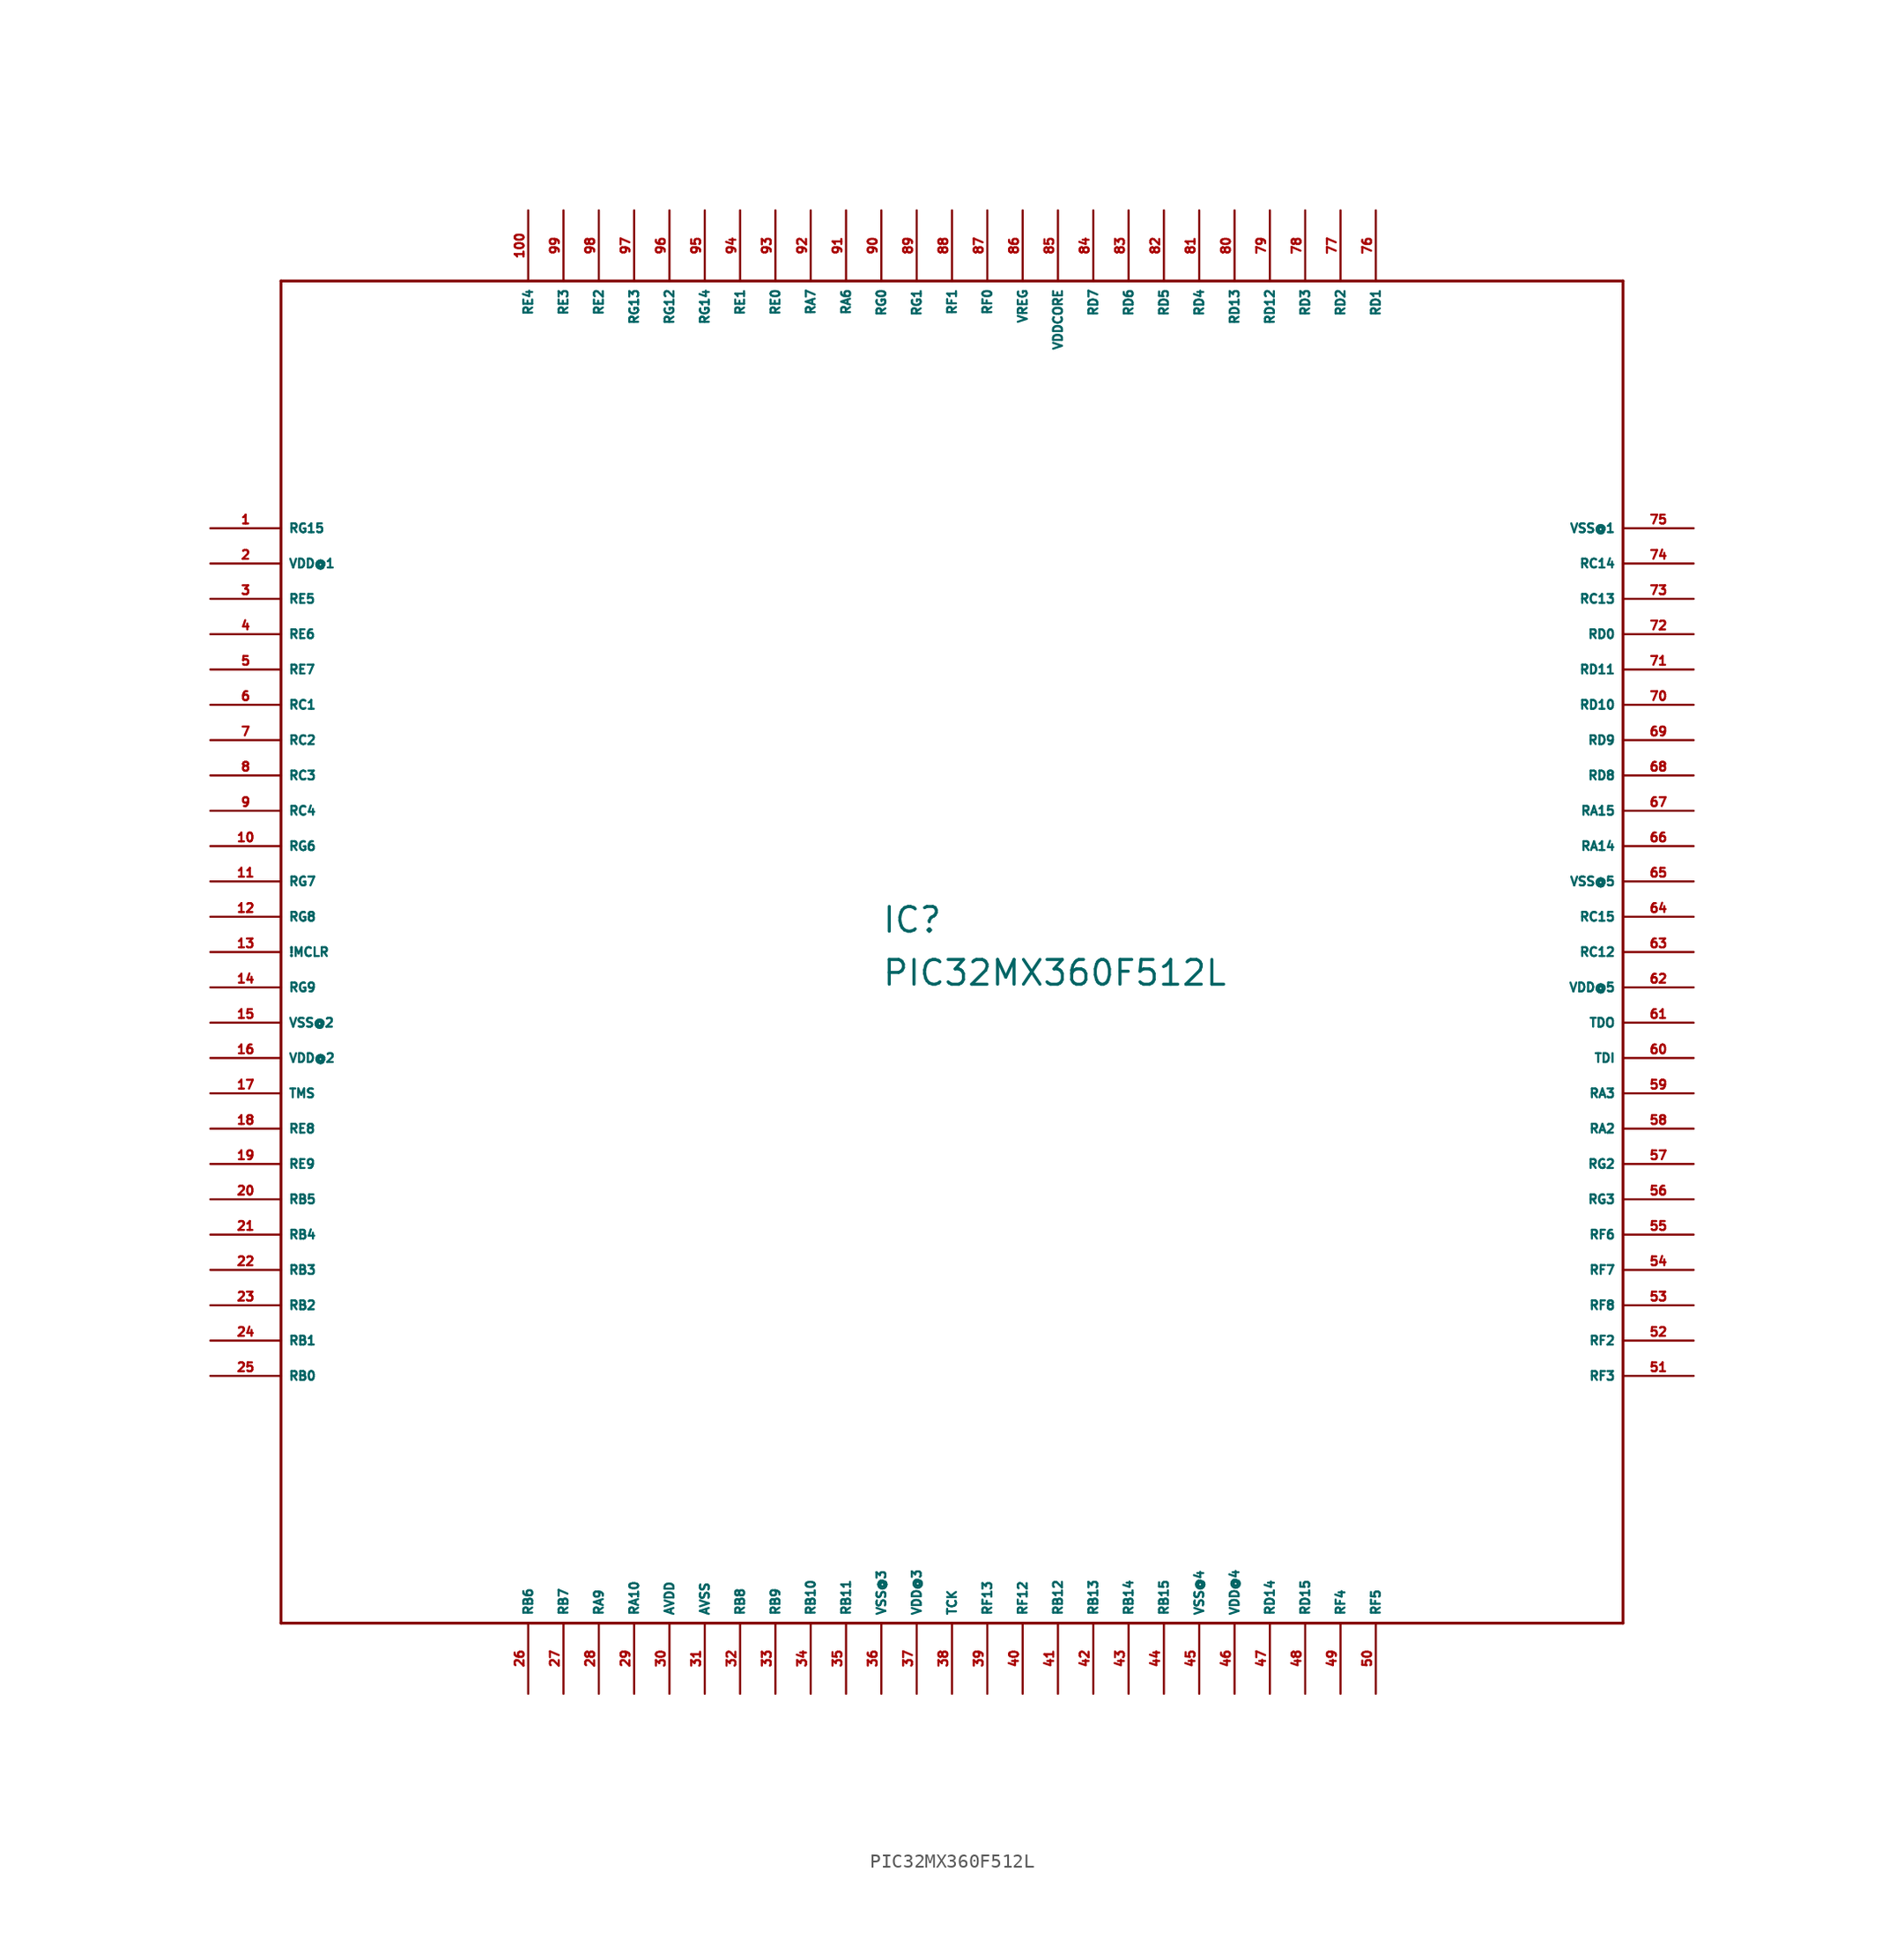
<source format=kicad_sym>
(kicad_symbol_lib
  (version 20220914)
  (generator Eagle2Kicad)
  (symbol "PIC32MX360F512L"
    (property "Reference" "IC"
      (at -5.08 1.27 0)
      (effects (font (size 1.778 1.778) (thickness 0.22)) (justify left bottom)))
    (property "Value" "PIC32MX360F512L"
      (at -5.08 -2.54 0)
      (effects (font (size 1.778 1.778) (thickness 0.22)) (justify left bottom)))
    (polyline
      (pts (xy -48.26 -48.26) (xy 48.26 -48.26))
      (stroke (width 0.203) (type default))
      (fill (type none)))
    (polyline
      (pts (xy 48.26 -48.26) (xy 48.26 48.26))
      (stroke (width 0.203) (type default))
      (fill (type none)))
    (polyline
      (pts (xy 48.26 48.26) (xy -48.26 48.26))
      (stroke (width 0.203) (type default))
      (fill (type none)))
    (polyline
      (pts (xy -48.26 48.26) (xy -48.26 -48.26))
      (stroke (width 0.203) (type default))
      (fill (type none)))
    (pin bidirectional line
      (at -53.34 30.48 0)
      (length 5.08)
      (name "RG15" (effects (font (size 0.635 0.635) (thickness 0.08)) (justify left bottom)))
      (number "1" (effects (font (size 0.635 0.635) (thickness 0.08)) (justify left bottom))))
    (pin unspecified line
      (at -53.34 27.94 0)
      (length 5.08)
      (name "VDD@1" (effects (font (size 0.635 0.635) (thickness 0.08)) (justify left bottom)))
      (number "2" (effects (font (size 0.635 0.635) (thickness 0.08)) (justify left bottom))))
    (pin bidirectional line
      (at -53.34 25.4 0)
      (length 5.08)
      (name "RE5" (effects (font (size 0.635 0.635) (thickness 0.08)) (justify left bottom)))
      (number "3" (effects (font (size 0.635 0.635) (thickness 0.08)) (justify left bottom))))
    (pin bidirectional line
      (at -53.34 22.86 0)
      (length 5.08)
      (name "RE6" (effects (font (size 0.635 0.635) (thickness 0.08)) (justify left bottom)))
      (number "4" (effects (font (size 0.635 0.635) (thickness 0.08)) (justify left bottom))))
    (pin bidirectional line
      (at -53.34 20.32 0)
      (length 5.08)
      (name "RE7" (effects (font (size 0.635 0.635) (thickness 0.08)) (justify left bottom)))
      (number "5" (effects (font (size 0.635 0.635) (thickness 0.08)) (justify left bottom))))
    (pin bidirectional line
      (at -53.34 17.78 0)
      (length 5.08)
      (name "RC1" (effects (font (size 0.635 0.635) (thickness 0.08)) (justify left bottom)))
      (number "6" (effects (font (size 0.635 0.635) (thickness 0.08)) (justify left bottom))))
    (pin bidirectional line
      (at -53.34 15.24 0)
      (length 5.08)
      (name "RC2" (effects (font (size 0.635 0.635) (thickness 0.08)) (justify left bottom)))
      (number "7" (effects (font (size 0.635 0.635) (thickness 0.08)) (justify left bottom))))
    (pin bidirectional line
      (at -53.34 12.7 0)
      (length 5.08)
      (name "RC3" (effects (font (size 0.635 0.635) (thickness 0.08)) (justify left bottom)))
      (number "8" (effects (font (size 0.635 0.635) (thickness 0.08)) (justify left bottom))))
    (pin bidirectional line
      (at -53.34 10.16 0)
      (length 5.08)
      (name "RC4" (effects (font (size 0.635 0.635) (thickness 0.08)) (justify left bottom)))
      (number "9" (effects (font (size 0.635 0.635) (thickness 0.08)) (justify left bottom))))
    (pin bidirectional line
      (at -53.34 7.62 0)
      (length 5.08)
      (name "RG6" (effects (font (size 0.635 0.635) (thickness 0.08)) (justify left bottom)))
      (number "10" (effects (font (size 0.635 0.635) (thickness 0.08)) (justify left bottom))))
    (pin bidirectional line
      (at -53.34 5.08 0)
      (length 5.08)
      (name "RG7" (effects (font (size 0.635 0.635) (thickness 0.08)) (justify left bottom)))
      (number "11" (effects (font (size 0.635 0.635) (thickness 0.08)) (justify left bottom))))
    (pin bidirectional line
      (at -53.34 2.54 0)
      (length 5.08)
      (name "RG8" (effects (font (size 0.635 0.635) (thickness 0.08)) (justify left bottom)))
      (number "12" (effects (font (size 0.635 0.635) (thickness 0.08)) (justify left bottom))))
    (pin input line
      (at -53.34 0 0)
      (length 5.08)
      (name "!MCLR" (effects (font (size 0.635 0.635) (thickness 0.08)) (justify left bottom)))
      (number "13" (effects (font (size 0.635 0.635) (thickness 0.08)) (justify left bottom))))
    (pin bidirectional line
      (at -53.34 -2.54 0)
      (length 5.08)
      (name "RG9" (effects (font (size 0.635 0.635) (thickness 0.08)) (justify left bottom)))
      (number "14" (effects (font (size 0.635 0.635) (thickness 0.08)) (justify left bottom))))
    (pin unspecified line
      (at -53.34 -5.08 0)
      (length 5.08)
      (name "VSS@2" (effects (font (size 0.635 0.635) (thickness 0.08)) (justify left bottom)))
      (number "15" (effects (font (size 0.635 0.635) (thickness 0.08)) (justify left bottom))))
    (pin unspecified line
      (at -53.34 -7.62 0)
      (length 5.08)
      (name "VDD@2" (effects (font (size 0.635 0.635) (thickness 0.08)) (justify left bottom)))
      (number "16" (effects (font (size 0.635 0.635) (thickness 0.08)) (justify left bottom))))
    (pin input line
      (at -53.34 -10.16 0)
      (length 5.08)
      (name "TMS" (effects (font (size 0.635 0.635) (thickness 0.08)) (justify left bottom)))
      (number "17" (effects (font (size 0.635 0.635) (thickness 0.08)) (justify left bottom))))
    (pin bidirectional line
      (at -53.34 -12.7 0)
      (length 5.08)
      (name "RE8" (effects (font (size 0.635 0.635) (thickness 0.08)) (justify left bottom)))
      (number "18" (effects (font (size 0.635 0.635) (thickness 0.08)) (justify left bottom))))
    (pin bidirectional line
      (at -53.34 -15.24 0)
      (length 5.08)
      (name "RE9" (effects (font (size 0.635 0.635) (thickness 0.08)) (justify left bottom)))
      (number "19" (effects (font (size 0.635 0.635) (thickness 0.08)) (justify left bottom))))
    (pin bidirectional line
      (at -53.34 -17.78 0)
      (length 5.08)
      (name "RB5" (effects (font (size 0.635 0.635) (thickness 0.08)) (justify left bottom)))
      (number "20" (effects (font (size 0.635 0.635) (thickness 0.08)) (justify left bottom))))
    (pin bidirectional line
      (at -53.34 -20.32 0)
      (length 5.08)
      (name "RB4" (effects (font (size 0.635 0.635) (thickness 0.08)) (justify left bottom)))
      (number "21" (effects (font (size 0.635 0.635) (thickness 0.08)) (justify left bottom))))
    (pin bidirectional line
      (at -53.34 -22.86 0)
      (length 5.08)
      (name "RB3" (effects (font (size 0.635 0.635) (thickness 0.08)) (justify left bottom)))
      (number "22" (effects (font (size 0.635 0.635) (thickness 0.08)) (justify left bottom))))
    (pin bidirectional line
      (at -53.34 -25.4 0)
      (length 5.08)
      (name "RB2" (effects (font (size 0.635 0.635) (thickness 0.08)) (justify left bottom)))
      (number "23" (effects (font (size 0.635 0.635) (thickness 0.08)) (justify left bottom))))
    (pin bidirectional line
      (at -53.34 -27.94 0)
      (length 5.08)
      (name "RB1" (effects (font (size 0.635 0.635) (thickness 0.08)) (justify left bottom)))
      (number "24" (effects (font (size 0.635 0.635) (thickness 0.08)) (justify left bottom))))
    (pin bidirectional line
      (at -53.34 -30.48 0)
      (length 5.08)
      (name "RB0" (effects (font (size 0.635 0.635) (thickness 0.08)) (justify left bottom)))
      (number "25" (effects (font (size 0.635 0.635) (thickness 0.08)) (justify left bottom))))
    (pin bidirectional line
      (at -30.48 -53.34 90)
      (length 5.08)
      (name "RB6" (effects (font (size 0.635 0.635) (thickness 0.08)) (justify left bottom)))
      (number "26" (effects (font (size 0.635 0.635) (thickness 0.08)) (justify left bottom))))
    (pin bidirectional line
      (at -27.94 -53.34 90)
      (length 5.08)
      (name "RB7" (effects (font (size 0.635 0.635) (thickness 0.08)) (justify left bottom)))
      (number "27" (effects (font (size 0.635 0.635) (thickness 0.08)) (justify left bottom))))
    (pin bidirectional line
      (at -25.4 -53.34 90)
      (length 5.08)
      (name "RA9" (effects (font (size 0.635 0.635) (thickness 0.08)) (justify left bottom)))
      (number "28" (effects (font (size 0.635 0.635) (thickness 0.08)) (justify left bottom))))
    (pin bidirectional line
      (at -22.86 -53.34 90)
      (length 5.08)
      (name "RA10" (effects (font (size 0.635 0.635) (thickness 0.08)) (justify left bottom)))
      (number "29" (effects (font (size 0.635 0.635) (thickness 0.08)) (justify left bottom))))
    (pin unspecified line
      (at -20.32 -53.34 90)
      (length 5.08)
      (name "AVDD" (effects (font (size 0.635 0.635) (thickness 0.08)) (justify left bottom)))
      (number "30" (effects (font (size 0.635 0.635) (thickness 0.08)) (justify left bottom))))
    (pin unspecified line
      (at -17.78 -53.34 90)
      (length 5.08)
      (name "AVSS" (effects (font (size 0.635 0.635) (thickness 0.08)) (justify left bottom)))
      (number "31" (effects (font (size 0.635 0.635) (thickness 0.08)) (justify left bottom))))
    (pin bidirectional line
      (at -15.24 -53.34 90)
      (length 5.08)
      (name "RB8" (effects (font (size 0.635 0.635) (thickness 0.08)) (justify left bottom)))
      (number "32" (effects (font (size 0.635 0.635) (thickness 0.08)) (justify left bottom))))
    (pin bidirectional line
      (at -12.7 -53.34 90)
      (length 5.08)
      (name "RB9" (effects (font (size 0.635 0.635) (thickness 0.08)) (justify left bottom)))
      (number "33" (effects (font (size 0.635 0.635) (thickness 0.08)) (justify left bottom))))
    (pin bidirectional line
      (at -10.16 -53.34 90)
      (length 5.08)
      (name "RB10" (effects (font (size 0.635 0.635) (thickness 0.08)) (justify left bottom)))
      (number "34" (effects (font (size 0.635 0.635) (thickness 0.08)) (justify left bottom))))
    (pin bidirectional line
      (at -7.62 -53.34 90)
      (length 5.08)
      (name "RB11" (effects (font (size 0.635 0.635) (thickness 0.08)) (justify left bottom)))
      (number "35" (effects (font (size 0.635 0.635) (thickness 0.08)) (justify left bottom))))
    (pin unspecified line
      (at -5.08 -53.34 90)
      (length 5.08)
      (name "VSS@3" (effects (font (size 0.635 0.635) (thickness 0.08)) (justify left bottom)))
      (number "36" (effects (font (size 0.635 0.635) (thickness 0.08)) (justify left bottom))))
    (pin unspecified line
      (at -2.54 -53.34 90)
      (length 5.08)
      (name "VDD@3" (effects (font (size 0.635 0.635) (thickness 0.08)) (justify left bottom)))
      (number "37" (effects (font (size 0.635 0.635) (thickness 0.08)) (justify left bottom))))
    (pin input line
      (at 0 -53.34 90)
      (length 5.08)
      (name "TCK" (effects (font (size 0.635 0.635) (thickness 0.08)) (justify left bottom)))
      (number "38" (effects (font (size 0.635 0.635) (thickness 0.08)) (justify left bottom))))
    (pin bidirectional line
      (at 2.54 -53.34 90)
      (length 5.08)
      (name "RF13" (effects (font (size 0.635 0.635) (thickness 0.08)) (justify left bottom)))
      (number "39" (effects (font (size 0.635 0.635) (thickness 0.08)) (justify left bottom))))
    (pin bidirectional line
      (at 5.08 -53.34 90)
      (length 5.08)
      (name "RF12" (effects (font (size 0.635 0.635) (thickness 0.08)) (justify left bottom)))
      (number "40" (effects (font (size 0.635 0.635) (thickness 0.08)) (justify left bottom))))
    (pin bidirectional line
      (at 7.62 -53.34 90)
      (length 5.08)
      (name "RB12" (effects (font (size 0.635 0.635) (thickness 0.08)) (justify left bottom)))
      (number "41" (effects (font (size 0.635 0.635) (thickness 0.08)) (justify left bottom))))
    (pin bidirectional line
      (at 10.16 -53.34 90)
      (length 5.08)
      (name "RB13" (effects (font (size 0.635 0.635) (thickness 0.08)) (justify left bottom)))
      (number "42" (effects (font (size 0.635 0.635) (thickness 0.08)) (justify left bottom))))
    (pin bidirectional line
      (at 12.7 -53.34 90)
      (length 5.08)
      (name "RB14" (effects (font (size 0.635 0.635) (thickness 0.08)) (justify left bottom)))
      (number "43" (effects (font (size 0.635 0.635) (thickness 0.08)) (justify left bottom))))
    (pin bidirectional line
      (at 15.24 -53.34 90)
      (length 5.08)
      (name "RB15" (effects (font (size 0.635 0.635) (thickness 0.08)) (justify left bottom)))
      (number "44" (effects (font (size 0.635 0.635) (thickness 0.08)) (justify left bottom))))
    (pin unspecified line
      (at 17.78 -53.34 90)
      (length 5.08)
      (name "VSS@4" (effects (font (size 0.635 0.635) (thickness 0.08)) (justify left bottom)))
      (number "45" (effects (font (size 0.635 0.635) (thickness 0.08)) (justify left bottom))))
    (pin unspecified line
      (at 20.32 -53.34 90)
      (length 5.08)
      (name "VDD@4" (effects (font (size 0.635 0.635) (thickness 0.08)) (justify left bottom)))
      (number "46" (effects (font (size 0.635 0.635) (thickness 0.08)) (justify left bottom))))
    (pin bidirectional line
      (at 22.86 -53.34 90)
      (length 5.08)
      (name "RD14" (effects (font (size 0.635 0.635) (thickness 0.08)) (justify left bottom)))
      (number "47" (effects (font (size 0.635 0.635) (thickness 0.08)) (justify left bottom))))
    (pin bidirectional line
      (at 25.4 -53.34 90)
      (length 5.08)
      (name "RD15" (effects (font (size 0.635 0.635) (thickness 0.08)) (justify left bottom)))
      (number "48" (effects (font (size 0.635 0.635) (thickness 0.08)) (justify left bottom))))
    (pin bidirectional line
      (at 27.94 -53.34 90)
      (length 5.08)
      (name "RF4" (effects (font (size 0.635 0.635) (thickness 0.08)) (justify left bottom)))
      (number "49" (effects (font (size 0.635 0.635) (thickness 0.08)) (justify left bottom))))
    (pin bidirectional line
      (at 30.48 -53.34 90)
      (length 5.08)
      (name "RF5" (effects (font (size 0.635 0.635) (thickness 0.08)) (justify left bottom)))
      (number "50" (effects (font (size 0.635 0.635) (thickness 0.08)) (justify left bottom))))
    (pin bidirectional line
      (at 53.34 -30.48 180)
      (length 5.08)
      (name "RF3" (effects (font (size 0.635 0.635) (thickness 0.08)) (justify left bottom)))
      (number "51" (effects (font (size 0.635 0.635) (thickness 0.08)) (justify left bottom))))
    (pin bidirectional line
      (at 53.34 -27.94 180)
      (length 5.08)
      (name "RF2" (effects (font (size 0.635 0.635) (thickness 0.08)) (justify left bottom)))
      (number "52" (effects (font (size 0.635 0.635) (thickness 0.08)) (justify left bottom))))
    (pin bidirectional line
      (at 53.34 -25.4 180)
      (length 5.08)
      (name "RF8" (effects (font (size 0.635 0.635) (thickness 0.08)) (justify left bottom)))
      (number "53" (effects (font (size 0.635 0.635) (thickness 0.08)) (justify left bottom))))
    (pin bidirectional line
      (at 53.34 -22.86 180)
      (length 5.08)
      (name "RF7" (effects (font (size 0.635 0.635) (thickness 0.08)) (justify left bottom)))
      (number "54" (effects (font (size 0.635 0.635) (thickness 0.08)) (justify left bottom))))
    (pin bidirectional line
      (at 53.34 -20.32 180)
      (length 5.08)
      (name "RF6" (effects (font (size 0.635 0.635) (thickness 0.08)) (justify left bottom)))
      (number "55" (effects (font (size 0.635 0.635) (thickness 0.08)) (justify left bottom))))
    (pin bidirectional line
      (at 53.34 -17.78 180)
      (length 5.08)
      (name "RG3" (effects (font (size 0.635 0.635) (thickness 0.08)) (justify left bottom)))
      (number "56" (effects (font (size 0.635 0.635) (thickness 0.08)) (justify left bottom))))
    (pin bidirectional line
      (at 53.34 -15.24 180)
      (length 5.08)
      (name "RG2" (effects (font (size 0.635 0.635) (thickness 0.08)) (justify left bottom)))
      (number "57" (effects (font (size 0.635 0.635) (thickness 0.08)) (justify left bottom))))
    (pin bidirectional line
      (at 53.34 -12.7 180)
      (length 5.08)
      (name "RA2" (effects (font (size 0.635 0.635) (thickness 0.08)) (justify left bottom)))
      (number "58" (effects (font (size 0.635 0.635) (thickness 0.08)) (justify left bottom))))
    (pin bidirectional line
      (at 53.34 -10.16 180)
      (length 5.08)
      (name "RA3" (effects (font (size 0.635 0.635) (thickness 0.08)) (justify left bottom)))
      (number "59" (effects (font (size 0.635 0.635) (thickness 0.08)) (justify left bottom))))
    (pin input line
      (at 53.34 -7.62 180)
      (length 5.08)
      (name "TDI" (effects (font (size 0.635 0.635) (thickness 0.08)) (justify left bottom)))
      (number "60" (effects (font (size 0.635 0.635) (thickness 0.08)) (justify left bottom))))
    (pin output line
      (at 53.34 -5.08 180)
      (length 5.08)
      (name "TDO" (effects (font (size 0.635 0.635) (thickness 0.08)) (justify left bottom)))
      (number "61" (effects (font (size 0.635 0.635) (thickness 0.08)) (justify left bottom))))
    (pin unspecified line
      (at 53.34 -2.54 180)
      (length 5.08)
      (name "VDD@5" (effects (font (size 0.635 0.635) (thickness 0.08)) (justify left bottom)))
      (number "62" (effects (font (size 0.635 0.635) (thickness 0.08)) (justify left bottom))))
    (pin bidirectional line
      (at 53.34 0 180)
      (length 5.08)
      (name "RC12" (effects (font (size 0.635 0.635) (thickness 0.08)) (justify left bottom)))
      (number "63" (effects (font (size 0.635 0.635) (thickness 0.08)) (justify left bottom))))
    (pin bidirectional line
      (at 53.34 2.54 180)
      (length 5.08)
      (name "RC15" (effects (font (size 0.635 0.635) (thickness 0.08)) (justify left bottom)))
      (number "64" (effects (font (size 0.635 0.635) (thickness 0.08)) (justify left bottom))))
    (pin unspecified line
      (at 53.34 5.08 180)
      (length 5.08)
      (name "VSS@5" (effects (font (size 0.635 0.635) (thickness 0.08)) (justify left bottom)))
      (number "65" (effects (font (size 0.635 0.635) (thickness 0.08)) (justify left bottom))))
    (pin bidirectional line
      (at 53.34 7.62 180)
      (length 5.08)
      (name "RA14" (effects (font (size 0.635 0.635) (thickness 0.08)) (justify left bottom)))
      (number "66" (effects (font (size 0.635 0.635) (thickness 0.08)) (justify left bottom))))
    (pin bidirectional line
      (at 53.34 10.16 180)
      (length 5.08)
      (name "RA15" (effects (font (size 0.635 0.635) (thickness 0.08)) (justify left bottom)))
      (number "67" (effects (font (size 0.635 0.635) (thickness 0.08)) (justify left bottom))))
    (pin bidirectional line
      (at 53.34 12.7 180)
      (length 5.08)
      (name "RD8" (effects (font (size 0.635 0.635) (thickness 0.08)) (justify left bottom)))
      (number "68" (effects (font (size 0.635 0.635) (thickness 0.08)) (justify left bottom))))
    (pin bidirectional line
      (at 53.34 15.24 180)
      (length 5.08)
      (name "RD9" (effects (font (size 0.635 0.635) (thickness 0.08)) (justify left bottom)))
      (number "69" (effects (font (size 0.635 0.635) (thickness 0.08)) (justify left bottom))))
    (pin bidirectional line
      (at 53.34 17.78 180)
      (length 5.08)
      (name "RD10" (effects (font (size 0.635 0.635) (thickness 0.08)) (justify left bottom)))
      (number "70" (effects (font (size 0.635 0.635) (thickness 0.08)) (justify left bottom))))
    (pin bidirectional line
      (at 53.34 20.32 180)
      (length 5.08)
      (name "RD11" (effects (font (size 0.635 0.635) (thickness 0.08)) (justify left bottom)))
      (number "71" (effects (font (size 0.635 0.635) (thickness 0.08)) (justify left bottom))))
    (pin bidirectional line
      (at 53.34 22.86 180)
      (length 5.08)
      (name "RD0" (effects (font (size 0.635 0.635) (thickness 0.08)) (justify left bottom)))
      (number "72" (effects (font (size 0.635 0.635) (thickness 0.08)) (justify left bottom))))
    (pin bidirectional line
      (at 53.34 25.4 180)
      (length 5.08)
      (name "RC13" (effects (font (size 0.635 0.635) (thickness 0.08)) (justify left bottom)))
      (number "73" (effects (font (size 0.635 0.635) (thickness 0.08)) (justify left bottom))))
    (pin bidirectional line
      (at 53.34 27.94 180)
      (length 5.08)
      (name "RC14" (effects (font (size 0.635 0.635) (thickness 0.08)) (justify left bottom)))
      (number "74" (effects (font (size 0.635 0.635) (thickness 0.08)) (justify left bottom))))
    (pin unspecified line
      (at 53.34 30.48 180)
      (length 5.08)
      (name "VSS@1" (effects (font (size 0.635 0.635) (thickness 0.08)) (justify left bottom)))
      (number "75" (effects (font (size 0.635 0.635) (thickness 0.08)) (justify left bottom))))
    (pin bidirectional line
      (at 30.48 53.34 270)
      (length 5.08)
      (name "RD1" (effects (font (size 0.635 0.635) (thickness 0.08)) (justify left bottom)))
      (number "76" (effects (font (size 0.635 0.635) (thickness 0.08)) (justify left bottom))))
    (pin bidirectional line
      (at 27.94 53.34 270)
      (length 5.08)
      (name "RD2" (effects (font (size 0.635 0.635) (thickness 0.08)) (justify left bottom)))
      (number "77" (effects (font (size 0.635 0.635) (thickness 0.08)) (justify left bottom))))
    (pin bidirectional line
      (at 25.4 53.34 270)
      (length 5.08)
      (name "RD3" (effects (font (size 0.635 0.635) (thickness 0.08)) (justify left bottom)))
      (number "78" (effects (font (size 0.635 0.635) (thickness 0.08)) (justify left bottom))))
    (pin bidirectional line
      (at 22.86 53.34 270)
      (length 5.08)
      (name "RD12" (effects (font (size 0.635 0.635) (thickness 0.08)) (justify left bottom)))
      (number "79" (effects (font (size 0.635 0.635) (thickness 0.08)) (justify left bottom))))
    (pin bidirectional line
      (at 20.32 53.34 270)
      (length 5.08)
      (name "RD13" (effects (font (size 0.635 0.635) (thickness 0.08)) (justify left bottom)))
      (number "80" (effects (font (size 0.635 0.635) (thickness 0.08)) (justify left bottom))))
    (pin bidirectional line
      (at 17.78 53.34 270)
      (length 5.08)
      (name "RD4" (effects (font (size 0.635 0.635) (thickness 0.08)) (justify left bottom)))
      (number "81" (effects (font (size 0.635 0.635) (thickness 0.08)) (justify left bottom))))
    (pin bidirectional line
      (at 15.24 53.34 270)
      (length 5.08)
      (name "RD5" (effects (font (size 0.635 0.635) (thickness 0.08)) (justify left bottom)))
      (number "82" (effects (font (size 0.635 0.635) (thickness 0.08)) (justify left bottom))))
    (pin bidirectional line
      (at 12.7 53.34 270)
      (length 5.08)
      (name "RD6" (effects (font (size 0.635 0.635) (thickness 0.08)) (justify left bottom)))
      (number "83" (effects (font (size 0.635 0.635) (thickness 0.08)) (justify left bottom))))
    (pin bidirectional line
      (at 10.16 53.34 270)
      (length 5.08)
      (name "RD7" (effects (font (size 0.635 0.635) (thickness 0.08)) (justify left bottom)))
      (number "84" (effects (font (size 0.635 0.635) (thickness 0.08)) (justify left bottom))))
    (pin unspecified line
      (at 7.62 53.34 270)
      (length 5.08)
      (name "VDDCORE" (effects (font (size 0.635 0.635) (thickness 0.08)) (justify left bottom)))
      (number "85" (effects (font (size 0.635 0.635) (thickness 0.08)) (justify left bottom))))
    (pin passive line
      (at 5.08 53.34 270)
      (length 5.08)
      (name "VREG" (effects (font (size 0.635 0.635) (thickness 0.08)) (justify left bottom)))
      (number "86" (effects (font (size 0.635 0.635) (thickness 0.08)) (justify left bottom))))
    (pin bidirectional line
      (at 2.54 53.34 270)
      (length 5.08)
      (name "RF0" (effects (font (size 0.635 0.635) (thickness 0.08)) (justify left bottom)))
      (number "87" (effects (font (size 0.635 0.635) (thickness 0.08)) (justify left bottom))))
    (pin bidirectional line
      (at 0 53.34 270)
      (length 5.08)
      (name "RF1" (effects (font (size 0.635 0.635) (thickness 0.08)) (justify left bottom)))
      (number "88" (effects (font (size 0.635 0.635) (thickness 0.08)) (justify left bottom))))
    (pin bidirectional line
      (at -2.54 53.34 270)
      (length 5.08)
      (name "RG1" (effects (font (size 0.635 0.635) (thickness 0.08)) (justify left bottom)))
      (number "89" (effects (font (size 0.635 0.635) (thickness 0.08)) (justify left bottom))))
    (pin bidirectional line
      (at -5.08 53.34 270)
      (length 5.08)
      (name "RG0" (effects (font (size 0.635 0.635) (thickness 0.08)) (justify left bottom)))
      (number "90" (effects (font (size 0.635 0.635) (thickness 0.08)) (justify left bottom))))
    (pin bidirectional line
      (at -7.62 53.34 270)
      (length 5.08)
      (name "RA6" (effects (font (size 0.635 0.635) (thickness 0.08)) (justify left bottom)))
      (number "91" (effects (font (size 0.635 0.635) (thickness 0.08)) (justify left bottom))))
    (pin bidirectional line
      (at -10.16 53.34 270)
      (length 5.08)
      (name "RA7" (effects (font (size 0.635 0.635) (thickness 0.08)) (justify left bottom)))
      (number "92" (effects (font (size 0.635 0.635) (thickness 0.08)) (justify left bottom))))
    (pin bidirectional line
      (at -12.7 53.34 270)
      (length 5.08)
      (name "RE0" (effects (font (size 0.635 0.635) (thickness 0.08)) (justify left bottom)))
      (number "93" (effects (font (size 0.635 0.635) (thickness 0.08)) (justify left bottom))))
    (pin bidirectional line
      (at -15.24 53.34 270)
      (length 5.08)
      (name "RE1" (effects (font (size 0.635 0.635) (thickness 0.08)) (justify left bottom)))
      (number "94" (effects (font (size 0.635 0.635) (thickness 0.08)) (justify left bottom))))
    (pin bidirectional line
      (at -17.78 53.34 270)
      (length 5.08)
      (name "RG14" (effects (font (size 0.635 0.635) (thickness 0.08)) (justify left bottom)))
      (number "95" (effects (font (size 0.635 0.635) (thickness 0.08)) (justify left bottom))))
    (pin bidirectional line
      (at -20.32 53.34 270)
      (length 5.08)
      (name "RG12" (effects (font (size 0.635 0.635) (thickness 0.08)) (justify left bottom)))
      (number "96" (effects (font (size 0.635 0.635) (thickness 0.08)) (justify left bottom))))
    (pin bidirectional line
      (at -22.86 53.34 270)
      (length 5.08)
      (name "RG13" (effects (font (size 0.635 0.635) (thickness 0.08)) (justify left bottom)))
      (number "97" (effects (font (size 0.635 0.635) (thickness 0.08)) (justify left bottom))))
    (pin bidirectional line
      (at -25.4 53.34 270)
      (length 5.08)
      (name "RE2" (effects (font (size 0.635 0.635) (thickness 0.08)) (justify left bottom)))
      (number "98" (effects (font (size 0.635 0.635) (thickness 0.08)) (justify left bottom))))
    (pin bidirectional line
      (at -27.94 53.34 270)
      (length 5.08)
      (name "RE3" (effects (font (size 0.635 0.635) (thickness 0.08)) (justify left bottom)))
      (number "99" (effects (font (size 0.635 0.635) (thickness 0.08)) (justify left bottom))))
    (pin bidirectional line
      (at -30.48 53.34 270)
      (length 5.08)
      (name "RE4" (effects (font (size 0.635 0.635) (thickness 0.08)) (justify left bottom)))
      (number "100" (effects (font (size 0.635 0.635) (thickness 0.08)) (justify left bottom))))))
</source>
